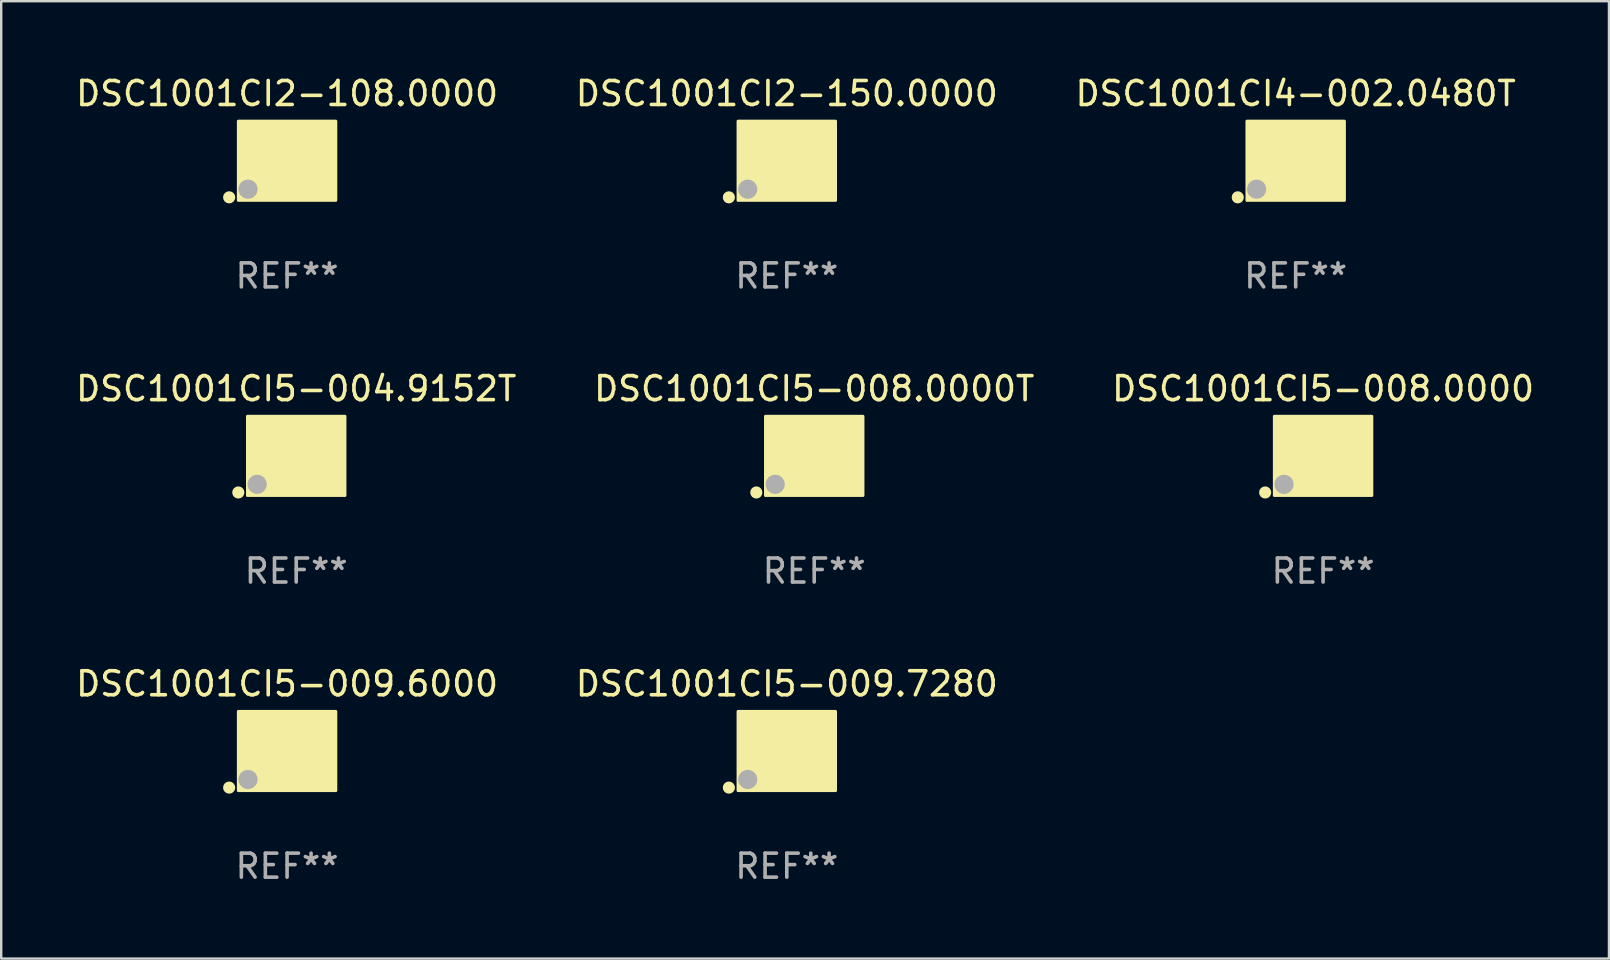
<source format=kicad_pcb>
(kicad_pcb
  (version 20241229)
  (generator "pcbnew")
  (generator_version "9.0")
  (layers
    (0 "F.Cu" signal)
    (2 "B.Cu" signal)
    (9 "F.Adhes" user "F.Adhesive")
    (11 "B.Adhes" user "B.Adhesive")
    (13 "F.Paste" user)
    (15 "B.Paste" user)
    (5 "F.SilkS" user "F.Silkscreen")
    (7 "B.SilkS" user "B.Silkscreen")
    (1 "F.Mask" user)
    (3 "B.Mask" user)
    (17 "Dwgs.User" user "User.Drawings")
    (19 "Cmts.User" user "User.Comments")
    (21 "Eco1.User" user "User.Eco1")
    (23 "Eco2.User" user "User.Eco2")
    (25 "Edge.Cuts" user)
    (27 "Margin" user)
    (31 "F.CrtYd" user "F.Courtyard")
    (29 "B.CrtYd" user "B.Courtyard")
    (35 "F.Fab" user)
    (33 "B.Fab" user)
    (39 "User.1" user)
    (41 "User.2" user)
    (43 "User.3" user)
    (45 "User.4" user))
  (footprint "DSC1001CI2-108.0000"
    (layer "F.Cu")
    (at 8.911 3.648)
    (property "Reference" "DSC1001CI2-108.0000" (at 0 -2.8 0) (layer "F.SilkS") (effects (font (size 1 1) (thickness 0.15))))
    (attr through_hole)
    (fp_circle (center -2.413 1.524) (end -2.286 1.524) (stroke (width 0.254) (type solid)) (fill no) (layer "F.SilkS"))
    (fp_circle (center -1.6 1.25) (end -1.57 1.25) (stroke (width 0.06) (type solid)) (fill no) (layer "F.SilkS"))
    (fp_poly (pts (xy -2.032 -1.651) (xy 2.032 -1.651) (xy 2.032 1.651) (xy -2.032 1.651)) (stroke (width 0.12) (type solid)) (fill yes) (layer "F.SilkS"))
    (fp_circle (center -1.627 1.185) (end -1.427 1.185) (stroke (width 0.4) (type solid)) (fill no) (layer "F.Fab"))
    (fp_text user "REF**" (at 0 4.8 0) (layer "F.Fab") (effects (font (size 1 1) (thickness 0.15))))
    (pad "1" smd rect (at -1.05 0.8) (size 1.4 1.2) (layers "F.Cu" "F.Mask" "F.Paste"))
    (pad "2" smd rect (at 1.05 0.8) (size 1.4 1.2) (layers "F.Cu" "F.Mask" "F.Paste"))
    (pad "3" smd rect (at 1.05 -0.8) (size 1.4 1.2) (layers "F.Cu" "F.Mask" "F.Paste"))
    (pad "4" smd rect (at -1.05 -0.8) (size 1.4 1.2) (layers "F.Cu" "F.Mask" "F.Paste")))
  (footprint "DSC1001CI5-009.6000"
    (layer "F.Cu")
    (at 8.911 28.242)
    (property "Reference" "DSC1001CI5-009.6000" (at 0 -2.8 0) (layer "F.SilkS") (effects (font (size 1 1) (thickness 0.15))))
    (attr through_hole)
    (fp_circle (center -2.413 1.524) (end -2.286 1.524) (stroke (width 0.254) (type solid)) (fill no) (layer "F.SilkS"))
    (fp_circle (center -1.6 1.25) (end -1.57 1.25) (stroke (width 0.06) (type solid)) (fill no) (layer "F.SilkS"))
    (fp_poly (pts (xy -2.032 -1.651) (xy 2.032 -1.651) (xy 2.032 1.651) (xy -2.032 1.651)) (stroke (width 0.12) (type solid)) (fill yes) (layer "F.SilkS"))
    (fp_circle (center -1.627 1.185) (end -1.427 1.185) (stroke (width 0.4) (type solid)) (fill no) (layer "F.Fab"))
    (fp_text user "REF**" (at 0 4.8 0) (layer "F.Fab") (effects (font (size 1 1) (thickness 0.15))))
    (pad "1" smd rect (at -1.05 0.8) (size 1.4 1.2) (layers "F.Cu" "F.Mask" "F.Paste"))
    (pad "2" smd rect (at 1.05 0.8) (size 1.4 1.2) (layers "F.Cu" "F.Mask" "F.Paste"))
    (pad "3" smd rect (at 1.05 -0.8) (size 1.4 1.2) (layers "F.Cu" "F.Mask" "F.Paste"))
    (pad "4" smd rect (at -1.05 -0.8) (size 1.4 1.2) (layers "F.Cu" "F.Mask" "F.Paste")))
  (footprint "DSC1001CI5-009.7280"
    (layer "F.Cu")
    (at 29.732 28.242)
    (property "Reference" "DSC1001CI5-009.7280" (at 0 -2.8 0) (layer "F.SilkS") (effects (font (size 1 1) (thickness 0.15))))
    (attr through_hole)
    (fp_circle (center -2.413 1.524) (end -2.286 1.524) (stroke (width 0.254) (type solid)) (fill no) (layer "F.SilkS"))
    (fp_circle (center -1.6 1.25) (end -1.57 1.25) (stroke (width 0.06) (type solid)) (fill no) (layer "F.SilkS"))
    (fp_poly (pts (xy -2.032 -1.651) (xy 2.032 -1.651) (xy 2.032 1.651) (xy -2.032 1.651)) (stroke (width 0.12) (type solid)) (fill yes) (layer "F.SilkS"))
    (fp_circle (center -1.627 1.185) (end -1.427 1.185) (stroke (width 0.4) (type solid)) (fill no) (layer "F.Fab"))
    (fp_text user "REF**" (at 0 4.8 0) (layer "F.Fab") (effects (font (size 1 1) (thickness 0.15))))
    (pad "1" smd rect (at -1.05 0.8) (size 1.4 1.2) (layers "F.Cu" "F.Mask" "F.Paste"))
    (pad "2" smd rect (at 1.05 0.8) (size 1.4 1.2) (layers "F.Cu" "F.Mask" "F.Paste"))
    (pad "3" smd rect (at 1.05 -0.8) (size 1.4 1.2) (layers "F.Cu" "F.Mask" "F.Paste"))
    (pad "4" smd rect (at -1.05 -0.8) (size 1.4 1.2) (layers "F.Cu" "F.Mask" "F.Paste")))
  (footprint "DSC1001CI5-004.9152T"
    (layer "F.Cu")
    (at 9.292 15.945)
    (property "Reference" "DSC1001CI5-004.9152T" (at 0 -2.8 0) (layer "F.SilkS") (effects (font (size 1 1) (thickness 0.15))))
    (attr through_hole)
    (fp_circle (center -2.413 1.524) (end -2.286 1.524) (stroke (width 0.254) (type solid)) (fill no) (layer "F.SilkS"))
    (fp_circle (center -1.6 1.25) (end -1.57 1.25) (stroke (width 0.06) (type solid)) (fill no) (layer "F.SilkS"))
    (fp_poly (pts (xy -2.032 -1.651) (xy 2.032 -1.651) (xy 2.032 1.651) (xy -2.032 1.651)) (stroke (width 0.12) (type solid)) (fill yes) (layer "F.SilkS"))
    (fp_circle (center -1.627 1.185) (end -1.427 1.185) (stroke (width 0.4) (type solid)) (fill no) (layer "F.Fab"))
    (fp_text user "REF**" (at 0 4.8 0) (layer "F.Fab") (effects (font (size 1 1) (thickness 0.15))))
    (pad "1" smd rect (at -1.05 0.8) (size 1.4 1.2) (layers "F.Cu" "F.Mask" "F.Paste"))
    (pad "2" smd rect (at 1.05 0.8) (size 1.4 1.2) (layers "F.Cu" "F.Mask" "F.Paste"))
    (pad "3" smd rect (at 1.05 -0.8) (size 1.4 1.2) (layers "F.Cu" "F.Mask" "F.Paste"))
    (pad "4" smd rect (at -1.05 -0.8) (size 1.4 1.2) (layers "F.Cu" "F.Mask" "F.Paste")))
  (footprint "DSC1001CI5-008.0000T"
    (layer "F.Cu")
    (at 30.875 15.945)
    (property "Reference" "DSC1001CI5-008.0000T" (at 0 -2.8 0) (layer "F.SilkS") (effects (font (size 1 1) (thickness 0.15))))
    (attr through_hole)
    (fp_circle (center -2.413 1.524) (end -2.286 1.524) (stroke (width 0.254) (type solid)) (fill no) (layer "F.SilkS"))
    (fp_circle (center -1.6 1.25) (end -1.57 1.25) (stroke (width 0.06) (type solid)) (fill no) (layer "F.SilkS"))
    (fp_poly (pts (xy -2.032 -1.651) (xy 2.032 -1.651) (xy 2.032 1.651) (xy -2.032 1.651)) (stroke (width 0.12) (type solid)) (fill yes) (layer "F.SilkS"))
    (fp_circle (center -1.627 1.185) (end -1.427 1.185) (stroke (width 0.4) (type solid)) (fill no) (layer "F.Fab"))
    (fp_text user "REF**" (at 0 4.8 0) (layer "F.Fab") (effects (font (size 1 1) (thickness 0.15))))
    (pad "1" smd rect (at -1.05 0.8) (size 1.4 1.2) (layers "F.Cu" "F.Mask" "F.Paste"))
    (pad "2" smd rect (at 1.05 0.8) (size 1.4 1.2) (layers "F.Cu" "F.Mask" "F.Paste"))
    (pad "3" smd rect (at 1.05 -0.8) (size 1.4 1.2) (layers "F.Cu" "F.Mask" "F.Paste"))
    (pad "4" smd rect (at -1.05 -0.8) (size 1.4 1.2) (layers "F.Cu" "F.Mask" "F.Paste")))
  (footprint "DSC1001CI5-008.0000"
    (layer "F.Cu")
    (at 52.077 15.945)
    (property "Reference" "DSC1001CI5-008.0000" (at 0 -2.8 0) (layer "F.SilkS") (effects (font (size 1 1) (thickness 0.15))))
    (attr through_hole)
    (fp_circle (center -2.413 1.524) (end -2.286 1.524) (stroke (width 0.254) (type solid)) (fill no) (layer "F.SilkS"))
    (fp_circle (center -1.6 1.25) (end -1.57 1.25) (stroke (width 0.06) (type solid)) (fill no) (layer "F.SilkS"))
    (fp_poly (pts (xy -2.032 -1.651) (xy 2.032 -1.651) (xy 2.032 1.651) (xy -2.032 1.651)) (stroke (width 0.12) (type solid)) (fill yes) (layer "F.SilkS"))
    (fp_circle (center -1.627 1.185) (end -1.427 1.185) (stroke (width 0.4) (type solid)) (fill no) (layer "F.Fab"))
    (fp_text user "REF**" (at 0 4.8 0) (layer "F.Fab") (effects (font (size 1 1) (thickness 0.15))))
    (pad "1" smd rect (at -1.05 0.8) (size 1.4 1.2) (layers "F.Cu" "F.Mask" "F.Paste"))
    (pad "2" smd rect (at 1.05 0.8) (size 1.4 1.2) (layers "F.Cu" "F.Mask" "F.Paste"))
    (pad "3" smd rect (at 1.05 -0.8) (size 1.4 1.2) (layers "F.Cu" "F.Mask" "F.Paste"))
    (pad "4" smd rect (at -1.05 -0.8) (size 1.4 1.2) (layers "F.Cu" "F.Mask" "F.Paste")))
  (footprint "DSC1001CI2-150.0000"
    (layer "F.Cu")
    (at 29.732 3.648)
    (property "Reference" "DSC1001CI2-150.0000" (at 0 -2.8 0) (layer "F.SilkS") (effects (font (size 1 1) (thickness 0.15))))
    (attr through_hole)
    (fp_circle (center -2.413 1.524) (end -2.286 1.524) (stroke (width 0.254) (type solid)) (fill no) (layer "F.SilkS"))
    (fp_circle (center -1.6 1.25) (end -1.57 1.25) (stroke (width 0.06) (type solid)) (fill no) (layer "F.SilkS"))
    (fp_poly (pts (xy -2.032 -1.651) (xy 2.032 -1.651) (xy 2.032 1.651) (xy -2.032 1.651)) (stroke (width 0.12) (type solid)) (fill yes) (layer "F.SilkS"))
    (fp_circle (center -1.627 1.185) (end -1.427 1.185) (stroke (width 0.4) (type solid)) (fill no) (layer "F.Fab"))
    (fp_text user "REF**" (at 0 4.8 0) (layer "F.Fab") (effects (font (size 1 1) (thickness 0.15))))
    (pad "1" smd rect (at -1.05 0.8) (size 1.4 1.2) (layers "F.Cu" "F.Mask" "F.Paste"))
    (pad "2" smd rect (at 1.05 0.8) (size 1.4 1.2) (layers "F.Cu" "F.Mask" "F.Paste"))
    (pad "3" smd rect (at 1.05 -0.8) (size 1.4 1.2) (layers "F.Cu" "F.Mask" "F.Paste"))
    (pad "4" smd rect (at -1.05 -0.8) (size 1.4 1.2) (layers "F.Cu" "F.Mask" "F.Paste")))
  (footprint "DSC1001CI4-002.0480T"
    (layer "F.Cu")
    (at 50.935 3.648)
    (property "Reference" "DSC1001CI4-002.0480T" (at 0 -2.8 0) (layer "F.SilkS") (effects (font (size 1 1) (thickness 0.15))))
    (attr through_hole)
    (fp_circle (center -2.413 1.524) (end -2.286 1.524) (stroke (width 0.254) (type solid)) (fill no) (layer "F.SilkS"))
    (fp_circle (center -1.6 1.25) (end -1.57 1.25) (stroke (width 0.06) (type solid)) (fill no) (layer "F.SilkS"))
    (fp_poly (pts (xy -2.032 -1.651) (xy 2.032 -1.651) (xy 2.032 1.651) (xy -2.032 1.651)) (stroke (width 0.12) (type solid)) (fill yes) (layer "F.SilkS"))
    (fp_circle (center -1.627 1.185) (end -1.427 1.185) (stroke (width 0.4) (type solid)) (fill no) (layer "F.Fab"))
    (fp_text user "REF**" (at 0 4.8 0) (layer "F.Fab") (effects (font (size 1 1) (thickness 0.15))))
    (pad "1" smd rect (at -1.05 0.8) (size 1.4 1.2) (layers "F.Cu" "F.Mask" "F.Paste"))
    (pad "2" smd rect (at 1.05 0.8) (size 1.4 1.2) (layers "F.Cu" "F.Mask" "F.Paste"))
    (pad "3" smd rect (at 1.05 -0.8) (size 1.4 1.2) (layers "F.Cu" "F.Mask" "F.Paste"))
    (pad "4" smd rect (at -1.05 -0.8) (size 1.4 1.2) (layers "F.Cu" "F.Mask" "F.Paste")))
  (gr_rect
    (start -3 -3)
    (end 63.988 36.89)
    (stroke (width 0.1) (type default))
    (fill no)
    (layer "Edge.Cuts")))
</source>
